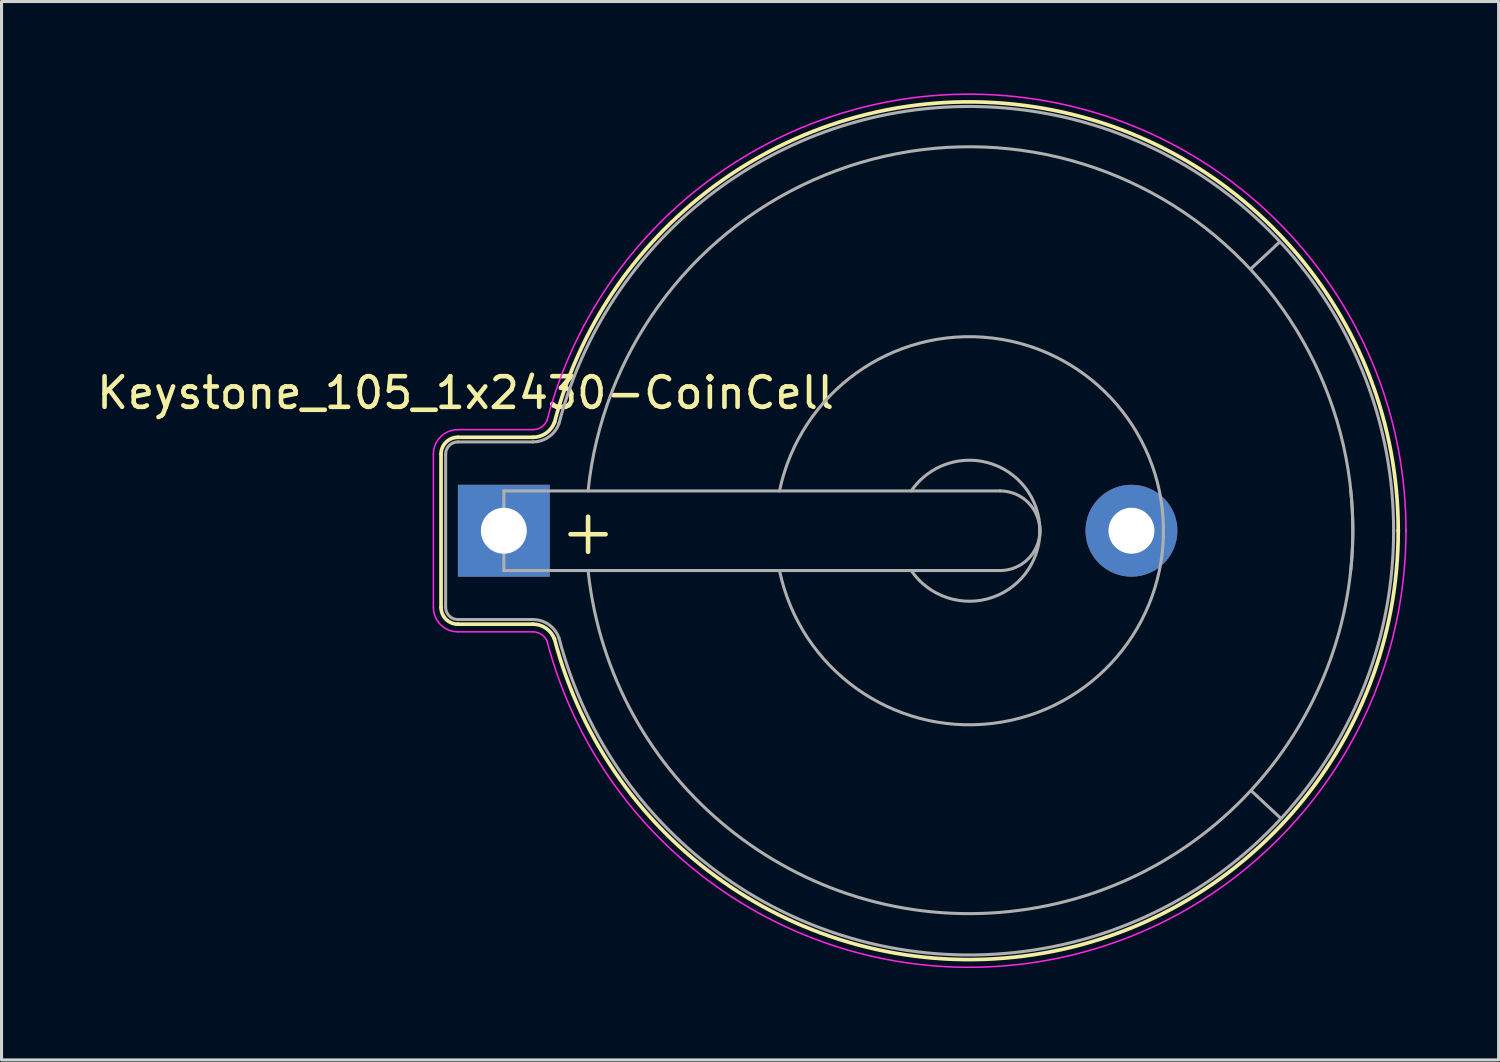
<source format=kicad_pcb>
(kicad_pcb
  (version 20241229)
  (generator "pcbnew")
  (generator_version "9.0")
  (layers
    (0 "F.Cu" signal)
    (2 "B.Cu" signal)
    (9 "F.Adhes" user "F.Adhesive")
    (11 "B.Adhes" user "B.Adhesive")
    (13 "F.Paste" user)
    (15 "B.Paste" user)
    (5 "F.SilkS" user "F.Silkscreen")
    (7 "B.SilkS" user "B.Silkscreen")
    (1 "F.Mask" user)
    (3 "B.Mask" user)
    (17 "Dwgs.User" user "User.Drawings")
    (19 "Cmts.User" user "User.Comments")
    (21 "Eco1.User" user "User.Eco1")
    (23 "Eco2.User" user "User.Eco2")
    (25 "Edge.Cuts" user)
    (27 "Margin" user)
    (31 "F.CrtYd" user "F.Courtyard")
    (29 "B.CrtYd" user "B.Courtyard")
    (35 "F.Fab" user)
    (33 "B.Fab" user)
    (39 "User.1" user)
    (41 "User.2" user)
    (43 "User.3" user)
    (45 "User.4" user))
  (footprint "Keystone_105_1x2430-CoinCell"
    (layer "F.Cu")
    (at 13.399 14.277)
    (property "Reference" "Keystone_105_1x2430-CoinCell" (at -1.25 -4.5 0) (layer "F.SilkS") (effects (font (size 1 1) (thickness 0.15))))
    (attr through_hole)
    (fp_line (start -2.05 -2.5) (end -2.05 2.5) (stroke (width 0.12) (type solid)) (layer "F.SilkS"))
    (fp_line (start -1.5 3.05) (end 0.95 3.05) (stroke (width 0.12) (type solid)) (layer "F.SilkS"))
    (fp_line (start 0.95 -3.05) (end -1.5 -3.05) (stroke (width 0.12) (type solid)) (layer "F.SilkS"))
    (fp_arc (start -2.05 -2.5) (mid -1.888909 -2.888909) (end -1.5 -3.05) (stroke (width 0.12) (type solid)) (layer "F.SilkS"))
    (fp_arc (start -1.5 3.05) (mid -1.888909 2.888909) (end -2.05 2.5) (stroke (width 0.12) (type solid)) (layer "F.SilkS"))
    (fp_arc (start 0.95 3.05) (mid 1.380182 3.185636) (end 1.654769 3.543485) (stroke (width 0.12) (type solid)) (layer "F.SilkS"))
    (fp_arc (start 1.65 -3.52) (mid 16.981862 -13.885887) (end 29.199738 0.015231) (stroke (width 0.12) (type solid)) (layer "F.SilkS"))
    (fp_arc (start 1.654769 -3.543485) (mid 1.380182 -3.185636) (end 0.95 -3.05) (stroke (width 0.12) (type solid)) (layer "F.SilkS"))
    (fp_arc (start 29.199738 -0.015231) (mid 16.981862 13.885887) (end 1.65 3.52) (stroke (width 0.12) (type solid)) (layer "F.SilkS"))
    (fp_line (start -2.3 -2.5) (end -2.3 2.5) (stroke (width 0.05) (type solid)) (layer "F.CrtYd"))
    (fp_line (start -1.5 3.3) (end 0.95 3.3) (stroke (width 0.05) (type solid)) (layer "F.CrtYd"))
    (fp_line (start 0.95 -3.3) (end -1.5 -3.3) (stroke (width 0.05) (type solid)) (layer "F.CrtYd"))
    (fp_arc (start -2.3 -2.5) (mid -2.065685 -3.065685) (end -1.5 -3.3) (stroke (width 0.05) (type solid)) (layer "F.CrtYd"))
    (fp_arc (start -1.5 3.3) (mid -2.065685 3.065685) (end -2.3 2.5) (stroke (width 0.05) (type solid)) (layer "F.CrtYd"))
    (fp_arc (start 0.95 3.3) (mid 1.236788 3.390424) (end 1.419846 3.62899) (stroke (width 0.05) (type solid)) (layer "F.CrtYd"))
    (fp_arc (start 1.41 -3.6) (mid 17.030934 -14.134065) (end 29.452124 0.032591) (stroke (width 0.05) (type solid)) (layer "F.CrtYd"))
    (fp_arc (start 1.419846 -3.62899) (mid 1.236788 -3.390424) (end 0.95 -3.3) (stroke (width 0.05) (type solid)) (layer "F.CrtYd"))
    (fp_arc (start 29.452124 -0.032591) (mid 17.030934 14.134065) (end 1.41 3.6) (stroke (width 0.05) (type solid)) (layer "F.CrtYd"))
    (fp_line (start -1.9 -2.5) (end -1.9 2.5) (stroke (width 0.1) (type solid)) (layer "F.Fab"))
    (fp_line (start -1.5 2.9) (end 0.95 2.9) (stroke (width 0.1) (type solid)) (layer "F.Fab"))
    (fp_line (start 0 -1.3) (end 0 1.3) (stroke (width 0.1) (type solid)) (layer "F.Fab"))
    (fp_line (start 0 1.3) (end 16.2 1.3) (stroke (width 0.1) (type solid)) (layer "F.Fab"))
    (fp_line (start 0.95 -2.9) (end -1.5 -2.9) (stroke (width 0.1) (type solid)) (layer "F.Fab"))
    (fp_line (start 16.2 -1.3) (end 0 -1.3) (stroke (width 0.1) (type solid)) (layer "F.Fab"))
    (fp_line (start 24.384 -8.547) (end 25.299 -9.399) (stroke (width 0.1) (type solid)) (layer "F.Fab"))
    (fp_line (start 24.409 8.496) (end 25.375 9.398) (stroke (width 0.1) (type solid)) (layer "F.Fab"))
    (fp_arc (start -1.9 -2.5) (mid -1.782843 -2.782843) (end -1.5 -2.9) (stroke (width 0.1) (type solid)) (layer "F.Fab"))
    (fp_arc (start -1.5 2.9) (mid -1.782843 2.782843) (end -1.9 2.5) (stroke (width 0.1) (type solid)) (layer "F.Fab"))
    (fp_arc (start 0.95 2.9) (mid 1.466219 3.062763) (end 1.795723 3.492182) (stroke (width 0.1) (type solid)) (layer "F.Fab"))
    (fp_arc (start 1.795723 -3.492182) (mid 1.466219 -3.062763) (end 0.95 -2.9) (stroke (width 0.1) (type solid)) (layer "F.Fab"))
    (fp_arc (start 1.8 -3.5) (mid 16.980951 -13.734563) (end 29.049508 0.033425) (stroke (width 0.1) (type solid)) (layer "F.Fab"))
    (fp_arc (start 2.75 -1.3) (mid 16.5 -12.45) (end 27.65 1.3) (stroke (width 0.1) (type solid)) (layer "F.Fab"))
    (fp_arc (start 9 -1.3) (mid 15.954687 -6.28971) (end 21.531551 0.203631) (stroke (width 0.1) (type solid)) (layer "F.Fab"))
    (fp_arc (start 13.3 -1.3) (mid 15.963947 -2.171724) (end 17.495448 0.175833) (stroke (width 0.1) (type solid)) (layer "F.Fab"))
    (fp_arc (start 16.2 -1.3) (mid 17.5 0) (end 16.2 1.3) (stroke (width 0.1) (type solid)) (layer "F.Fab"))
    (fp_arc (start 17.495448 -0.175833) (mid 15.963947 2.171724) (end 13.3 1.3) (stroke (width 0.1) (type solid)) (layer "F.Fab"))
    (fp_arc (start 21.531551 -0.203631) (mid 15.954687 6.28971) (end 9 1.3) (stroke (width 0.1) (type solid)) (layer "F.Fab"))
    (fp_arc (start 27.65 -1.3) (mid 16.5 12.45) (end 2.75 1.3) (stroke (width 0.1) (type solid)) (layer "F.Fab"))
    (fp_arc (start 29.049508 -0.033425) (mid 16.980951 13.734562) (end 1.8 3.5) (stroke (width 0.1) (type solid)) (layer "F.Fab"))
    (fp_text user "+" (at 2.75 0 0) (layer "F.SilkS") (effects (font (size 1.5 1.5) (thickness 0.15))))
    (pad "1" thru_hole rect (at 0 0) (size 3 3) (drill 1.5) (layers "*.Cu" "*.Mask"))
    (pad "2" thru_hole circle (at 20.49 0) (size 3 3) (drill 1.5) (layers "*.Cu" "*.Mask")))
  (gr_rect
    (start -3 -3)
    (end 45.876 31.554)
    (stroke (width 0.1) (type default))
    (fill no)
    (layer "Edge.Cuts")))
</source>
